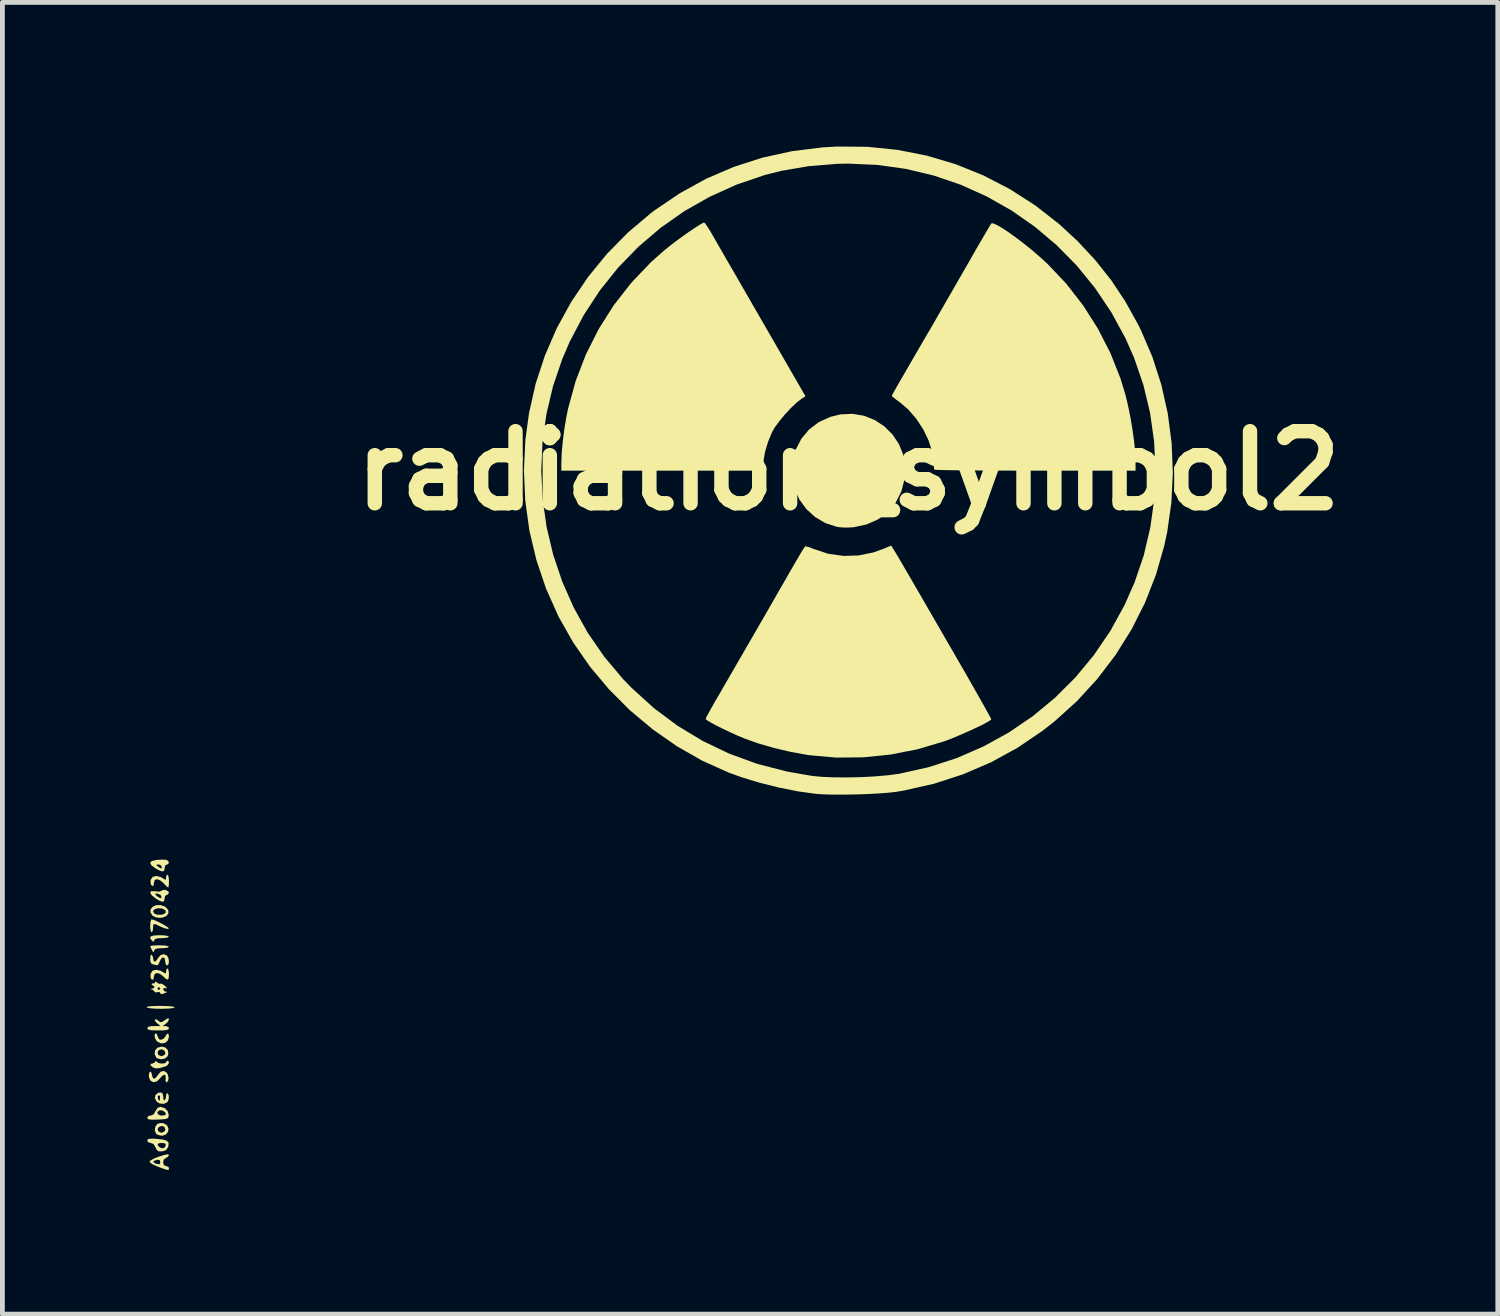
<source format=kicad_pcb>
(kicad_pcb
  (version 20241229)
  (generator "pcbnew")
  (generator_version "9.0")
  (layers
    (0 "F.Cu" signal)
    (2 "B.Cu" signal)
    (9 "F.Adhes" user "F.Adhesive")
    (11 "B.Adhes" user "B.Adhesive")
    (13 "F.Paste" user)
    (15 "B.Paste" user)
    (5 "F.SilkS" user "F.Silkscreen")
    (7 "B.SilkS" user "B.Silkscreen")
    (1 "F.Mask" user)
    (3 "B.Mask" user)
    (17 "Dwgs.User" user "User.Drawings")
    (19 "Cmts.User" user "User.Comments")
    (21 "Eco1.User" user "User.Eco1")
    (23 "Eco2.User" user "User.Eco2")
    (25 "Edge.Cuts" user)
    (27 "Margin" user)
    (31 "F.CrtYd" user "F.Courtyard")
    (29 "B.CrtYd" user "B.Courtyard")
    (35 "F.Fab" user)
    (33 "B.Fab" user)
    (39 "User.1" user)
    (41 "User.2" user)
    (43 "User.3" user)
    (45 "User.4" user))
  (footprint "radiation_symbol2"
    (layer "F.Cu")
    (at 14.607 6.745)
    (property "Reference" "radiation_symbol2" (at 0 0 0) (layer "F.SilkS") (effects (font (size 1.5 1.5) (thickness 0.3))))
    (attr board_only exclude_from_pos_files exclude_from_bom)
    (fp_poly (pts (xy -14.234 9.672) (xy -14.164 9.683) (xy -14.141 9.698) (xy -14.168 9.715) (xy -14.237 9.726) (xy -14.289 9.728) (xy -14.386 9.733) (xy -14.435 9.753) (xy -14.447 9.774) (xy -14.462 9.805) (xy -14.494 9.783) (xy -14.533 9.73) (xy -14.522 9.694) (xy -14.457 9.674) (xy -14.337 9.668) (xy -14.336 9.668)) (stroke (width 0) (type solid)) (fill yes) (layer "F.SilkS"))
    (fp_poly (pts (xy -14.183 11.142) (xy -14.082 11.15) (xy -14.028 11.162) (xy -14.021 11.169) (xy -14.049 11.183) (xy -14.129 11.193) (xy -14.249 11.198) (xy -14.304 11.199) (xy -14.43 11.196) (xy -14.531 11.188) (xy -14.594 11.176) (xy -14.607 11.169) (xy -14.588 11.154) (xy -14.512 11.144) (xy -14.384 11.139) (xy -14.323 11.139)) (stroke (width 0) (type solid)) (fill yes) (layer "F.SilkS"))
    (fp_poly (pts (xy -14.234 9.882) (xy -14.164 9.893) (xy -14.141 9.908) (xy -14.168 9.925) (xy -14.237 9.936) (xy -14.289 9.938) (xy -14.383 9.943) (xy -14.431 9.96) (xy -14.448 9.99) (xy -14.46 10.022) (xy -14.48 10.004) (xy -14.495 9.977) (xy -14.523 9.921) (xy -14.531 9.895) (xy -14.504 9.886) (xy -14.432 9.88) (xy -14.336 9.878)) (stroke (width 0) (type solid)) (fill yes) (layer "F.SilkS"))
    (fp_poly (pts (xy -14.388 11.735) (xy -14.376 11.777) (xy -14.346 11.833) (xy -14.306 11.844) (xy -14.248 11.819) (xy -14.217 11.777) (xy -14.181 11.72) (xy -14.153 11.718) (xy -14.141 11.772) (xy -14.141 11.778) (xy -14.165 11.861) (xy -14.225 11.91) (xy -14.304 11.919) (xy -14.383 11.883) (xy -14.394 11.872) (xy -14.428 11.818) (xy -14.441 11.759) (xy -14.43 11.717) (xy -14.413 11.709)) (stroke (width 0) (type solid)) (fill yes) (layer "F.SilkS"))
    (fp_poly (pts (xy -14.142 12.298) (xy -14.147 12.338) (xy -14.18 12.38) (xy -14.209 12.396) (xy -14.336 12.434) (xy -14.424 12.439) (xy -14.479 12.417) (xy -14.526 12.371) (xy -14.519 12.345) (xy -14.489 12.34) (xy -14.439 12.317) (xy -14.429 12.302) (xy -14.409 12.28) (xy -14.394 12.302) (xy -14.358 12.327) (xy -14.297 12.339) (xy -14.237 12.335) (xy -14.203 12.316) (xy -14.201 12.31) (xy -14.178 12.281) (xy -14.171 12.28)) (stroke (width 0) (type solid)) (fill yes) (layer "F.SilkS"))
    (fp_poly (pts (xy -14.455 9.35) (xy -14.38 9.383) (xy -14.294 9.426) (xy -14.214 9.47) (xy -14.158 9.508) (xy -14.141 9.526) (xy -14.165 9.538) (xy -14.23 9.523) (xy -14.323 9.486) (xy -14.357 9.469) (xy -14.428 9.436) (xy -14.461 9.438) (xy -14.471 9.481) (xy -14.471 9.517) (xy -14.48 9.581) (xy -14.501 9.608) (xy -14.501 9.608) (xy -14.519 9.581) (xy -14.53 9.513) (xy -14.531 9.472) (xy -14.526 9.392) (xy -14.511 9.344) (xy -14.502 9.337)) (stroke (width 0) (type solid)) (fill yes) (layer "F.SilkS"))
    (fp_poly (pts (xy -14.253 13.581) (xy -14.182 13.622) (xy -14.151 13.687) (xy -14.159 13.757) (xy -14.203 13.814) (xy -14.279 13.841) (xy -14.289 13.841) (xy -14.364 13.826) (xy -14.41 13.798) (xy -14.436 13.725) (xy -14.432 13.701) (xy -14.377 13.701) (xy -14.363 13.747) (xy -14.315 13.775) (xy -14.284 13.775) (xy -14.227 13.746) (xy -14.216 13.706) (xy -14.239 13.653) (xy -14.293 13.638) (xy -14.348 13.658) (xy -14.377 13.701) (xy -14.432 13.701) (xy -14.422 13.646) (xy -14.378 13.592) (xy -14.314 13.576)) (stroke (width 0) (type solid)) (fill yes) (layer "F.SilkS"))
    (fp_poly (pts (xy -14.152 10.385) (xy -14.142 10.451) (xy -14.141 10.478) (xy -14.147 10.564) (xy -14.17 10.593) (xy -14.215 10.568) (xy -14.262 10.522) (xy -14.334 10.468) (xy -14.399 10.455) (xy -14.443 10.482) (xy -14.454 10.531) (xy -14.464 10.587) (xy -14.493 10.594) (xy -14.517 10.567) (xy -14.526 10.515) (xy -14.519 10.462) (xy -14.479 10.405) (xy -14.406 10.387) (xy -14.317 10.407) (xy -14.268 10.435) (xy -14.22 10.464) (xy -14.203 10.454) (xy -14.201 10.42) (xy -14.189 10.37) (xy -14.171 10.358)) (stroke (width 0) (type solid)) (fill yes) (layer "F.SilkS"))
    (fp_poly (pts (xy -14.213 12.006) (xy -14.164 12.061) (xy -14.153 12.137) (xy -14.171 12.188) (xy -14.225 12.235) (xy -14.305 12.25) (xy -14.381 12.231) (xy -14.405 12.214) (xy -14.439 12.144) (xy -14.436 12.116) (xy -14.379 12.116) (xy -14.355 12.164) (xy -14.3 12.185) (xy -14.284 12.184) (xy -14.227 12.154) (xy -14.216 12.115) (xy -14.24 12.063) (xy -14.294 12.041) (xy -14.351 12.058) (xy -14.358 12.065) (xy -14.379 12.116) (xy -14.436 12.116) (xy -14.43 12.067) (xy -14.381 12.009) (xy -14.379 12.008) (xy -14.289 11.985)) (stroke (width 0) (type solid)) (fill yes) (layer "F.SilkS"))
    (fp_poly (pts (xy -14.189 12.526) (xy -14.167 12.563) (xy -14.149 12.637) (xy -14.158 12.7) (xy -14.191 12.73) (xy -14.196 12.73) (xy -14.212 12.705) (xy -14.209 12.658) (xy -14.209 12.59) (xy -14.238 12.57) (xy -14.287 12.599) (xy -14.321 12.64) (xy -14.394 12.711) (xy -14.467 12.727) (xy -14.525 12.694) (xy -14.554 12.638) (xy -14.56 12.567) (xy -14.542 12.514) (xy -14.533 12.506) (xy -14.51 12.518) (xy -14.496 12.57) (xy -14.476 12.641) (xy -14.441 12.655) (xy -14.395 12.611) (xy -14.375 12.58) (xy -14.314 12.51) (xy -14.248 12.492)) (stroke (width 0) (type solid)) (fill yes) (layer "F.SilkS"))
    (fp_poly (pts (xy -14.153 8.433) (xy -14.143 8.501) (xy -14.141 8.542) (xy -14.144 8.622) (xy -14.152 8.671) (xy -14.156 8.677) (xy -14.183 8.657) (xy -14.234 8.606) (xy -14.252 8.585) (xy -14.326 8.524) (xy -14.392 8.502) (xy -14.439 8.522) (xy -14.454 8.579) (xy -14.461 8.632) (xy -14.475 8.647) (xy -14.513 8.622) (xy -14.526 8.558) (xy -14.519 8.51) (xy -14.479 8.454) (xy -14.406 8.435) (xy -14.317 8.455) (xy -14.268 8.483) (xy -14.22 8.513) (xy -14.203 8.502) (xy -14.201 8.468) (xy -14.189 8.419) (xy -14.171 8.407)) (stroke (width 0) (type solid)) (fill yes) (layer "F.SilkS"))
    (fp_poly (pts (xy -14.23 9.07) (xy -14.208 9.084) (xy -14.154 9.146) (xy -14.152 9.211) (xy -14.194 9.267) (xy -14.276 9.301) (xy -14.336 9.307) (xy -14.42 9.294) (xy -14.483 9.261) (xy -14.484 9.26) (xy -14.527 9.19) (xy -14.526 9.172) (xy -14.471 9.172) (xy -14.446 9.217) (xy -14.381 9.242) (xy -14.297 9.242) (xy -14.249 9.229) (xy -14.205 9.193) (xy -14.214 9.151) (xy -14.269 9.117) (xy -14.279 9.114) (xy -14.368 9.106) (xy -14.438 9.125) (xy -14.471 9.165) (xy -14.471 9.172) (xy -14.526 9.172) (xy -14.521 9.125) (xy -14.477 9.074) (xy -14.407 9.043) (xy -14.321 9.039)) (stroke (width 0) (type solid)) (fill yes) (layer "F.SilkS"))
    (fp_poly (pts (xy -14.214 8.098) (xy -14.194 8.101) (xy -14.151 8.129) (xy -14.144 8.169) (xy -14.173 8.195) (xy -14.186 8.196) (xy -14.222 8.223) (xy -14.231 8.272) (xy -14.241 8.326) (xy -14.277 8.341) (xy -14.346 8.318) (xy -14.419 8.278) (xy -14.504 8.215) (xy -14.513 8.199) (xy -14.403 8.199) (xy -14.396 8.216) (xy -14.365 8.241) (xy -14.313 8.277) (xy -14.294 8.278) (xy -14.291 8.243) (xy -14.291 8.241) (xy -14.317 8.205) (xy -14.357 8.196) (xy -14.403 8.199) (xy -14.513 8.199) (xy -14.532 8.163) (xy -14.501 8.125) (xy -14.412 8.103) (xy -14.389 8.1) (xy -14.292 8.095)) (stroke (width 0) (type solid)) (fill yes) (layer "F.SilkS"))
    (fp_poly (pts (xy -14.145 11.4) (xy -14.141 11.42) (xy -14.164 11.47) (xy -14.208 11.512) (xy -14.275 11.559) (xy -14.208 11.559) (xy -14.154 11.576) (xy -14.141 11.604) (xy -14.153 11.628) (xy -14.196 11.642) (xy -14.28 11.648) (xy -14.366 11.649) (xy -14.485 11.647) (xy -14.555 11.638) (xy -14.586 11.621) (xy -14.591 11.604) (xy -14.574 11.575) (xy -14.515 11.561) (xy -14.453 11.559) (xy -14.315 11.559) (xy -14.386 11.502) (xy -14.428 11.455) (xy -14.434 11.422) (xy -14.433 11.421) (xy -14.397 11.421) (xy -14.361 11.447) (xy -14.323 11.477) (xy -14.285 11.473) (xy -14.226 11.435) (xy -14.169 11.399)) (stroke (width 0) (type solid)) (fill yes) (layer "F.SilkS"))
    (fp_poly (pts (xy -14.396 13.906) (xy -14.263 13.921) (xy -14.183 13.947) (xy -14.148 13.989) (xy -14.152 14.053) (xy -14.158 14.073) (xy -14.196 14.136) (xy -14.264 14.163) (xy -14.286 14.166) (xy -14.358 14.165) (xy -14.398 14.132) (xy -14.42 14.083) (xy -14.452 14.029) (xy -14.378 14.029) (xy -14.344 14.076) (xy -14.285 14.104) (xy -14.231 14.087) (xy -14.207 14.043) (xy -14.213 14.006) (xy -14.262 13.992) (xy -14.289 13.991) (xy -14.361 14) (xy -14.378 14.029) (xy -14.452 14.029) (xy -14.463 14.012) (xy -14.523 13.991) (xy -14.579 13.973) (xy -14.591 13.942) (xy -14.583 13.917) (xy -14.548 13.904) (xy -14.474 13.902)) (stroke (width 0) (type solid)) (fill yes) (layer "F.SilkS"))
    (fp_poly (pts (xy -14.185 10.089) (xy -14.154 10.138) (xy -14.142 10.205) (xy -14.148 10.266) (xy -14.174 10.297) (xy -14.18 10.298) (xy -14.209 10.272) (xy -14.217 10.218) (xy -14.231 10.147) (xy -14.265 10.127) (xy -14.306 10.16) (xy -14.329 10.205) (xy -14.357 10.267) (xy -14.379 10.294) (xy -14.38 10.294) (xy -14.419 10.286) (xy -14.464 10.277) (xy -14.511 10.256) (xy -14.53 10.204) (xy -14.531 10.159) (xy -14.524 10.092) (xy -14.505 10.071) (xy -14.501 10.073) (xy -14.476 10.115) (xy -14.471 10.148) (xy -14.458 10.209) (xy -14.425 10.217) (xy -14.384 10.172) (xy -14.376 10.156) (xy -14.319 10.084) (xy -14.249 10.062)) (stroke (width 0) (type solid)) (fill yes) (layer "F.SilkS"))
    (fp_poly (pts (xy -14.275 12.957) (xy -14.261 13.017) (xy -14.261 13.032) (xy -14.253 13.092) (xy -14.232 13.106) (xy -14.231 13.105) (xy -14.208 13.064) (xy -14.201 13.012) (xy -14.191 12.962) (xy -14.171 12.955) (xy -14.145 13.001) (xy -14.145 13.071) (xy -14.168 13.134) (xy -14.177 13.144) (xy -14.247 13.177) (xy -14.332 13.17) (xy -14.394 13.133) (xy -14.434 13.062) (xy -14.429 13.033) (xy -14.375 13.033) (xy -14.365 13.082) (xy -14.346 13.119) (xy -14.334 13.101) (xy -14.329 13.08) (xy -14.326 13.026) (xy -14.334 13.008) (xy -14.362 13.001) (xy -14.375 13.033) (xy -14.429 13.033) (xy -14.423 12.994) (xy -14.368 12.949) (xy -14.315 12.94)) (stroke (width 0) (type solid)) (fill yes) (layer "F.SilkS"))
    (fp_poly (pts (xy -14.195 8.732) (xy -14.15 8.762) (xy -14.141 8.785) (xy -14.165 8.822) (xy -14.186 8.827) (xy -14.222 8.853) (xy -14.231 8.902) (xy -14.243 8.959) (xy -14.281 8.972) (xy -14.352 8.943) (xy -14.419 8.901) (xy -14.501 8.835) (xy -14.515 8.811) (xy -14.428 8.811) (xy -14.394 8.851) (xy -14.382 8.861) (xy -14.324 8.898) (xy -14.296 8.887) (xy -14.296 8.886) (xy -14.307 8.841) (xy -14.325 8.824) (xy -14.39 8.8) (xy -14.411 8.798) (xy -14.428 8.811) (xy -14.515 8.811) (xy -14.532 8.784) (xy -14.514 8.754) (xy -14.447 8.751) (xy -14.423 8.754) (xy -14.338 8.761) (xy -14.294 8.742) (xy -14.253 8.722)) (stroke (width 0) (type solid)) (fill yes) (layer "F.SilkS"))
    (fp_poly (pts (xy -14.229 13.266) (xy -14.167 13.33) (xy -14.145 13.413) (xy -14.146 13.426) (xy -14.156 13.462) (xy -14.181 13.484) (xy -14.236 13.496) (xy -14.333 13.503) (xy -14.374 13.504) (xy -14.489 13.507) (xy -14.555 13.502) (xy -14.586 13.487) (xy -14.591 13.467) (xy -14.566 13.429) (xy -14.523 13.421) (xy -14.461 13.398) (xy -14.43 13.347) (xy -14.381 13.347) (xy -14.376 13.387) (xy -14.33 13.416) (xy -14.291 13.421) (xy -14.228 13.413) (xy -14.201 13.395) (xy -14.201 13.394) (xy -14.226 13.347) (xy -14.281 13.314) (xy -14.336 13.311) (xy -14.381 13.347) (xy -14.43 13.347) (xy -14.421 13.33) (xy -14.379 13.262) (xy -14.318 13.24) (xy -14.314 13.24)) (stroke (width 0) (type solid)) (fill yes) (layer "F.SilkS"))
    (fp_poly (pts (xy 0.328 -1.142) (xy 0.551 -1.052) (xy 0.749 -0.921) (xy 0.917 -0.753) (xy 1.05 -0.555) (xy 1.14 -0.333) (xy 1.182 -0.092) (xy 1.171 0.162) (xy 1.17 0.169) (xy 1.1 0.435) (xy 0.982 0.666) (xy 0.821 0.86) (xy 0.619 1.012) (xy 0.382 1.118) (xy 0.112 1.177) (xy 0.075 1.18) (xy -0.051 1.185) (xy -0.177 1.178) (xy -0.239 1.169) (xy -0.48 1.091) (xy -0.694 0.965) (xy -0.876 0.799) (xy -1.021 0.6) (xy -1.123 0.376) (xy -1.177 0.135) (xy -1.178 -0.115) (xy -1.171 -0.167) (xy -1.1 -0.431) (xy -0.981 -0.663) (xy -0.818 -0.858) (xy -0.614 -1.012) (xy -0.375 -1.12) (xy -0.167 -1.171) (xy 0.087 -1.183)) (stroke (width 0) (type solid)) (fill yes) (layer "F.SilkS"))
    (fp_poly (pts (xy -14.143 14.236) (xy -14.141 14.245) (xy -14.166 14.283) (xy -14.201 14.3) (xy -14.251 14.339) (xy -14.261 14.394) (xy -14.248 14.454) (xy -14.203 14.471) (xy -14.201 14.471) (xy -14.152 14.49) (xy -14.141 14.516) (xy -14.143 14.543) (xy -14.157 14.554) (xy -14.194 14.548) (xy -14.266 14.524) (xy -14.366 14.487) (xy -14.459 14.446) (xy -14.524 14.407) (xy -14.536 14.393) (xy -14.466 14.393) (xy -14.42 14.42) (xy -14.344 14.438) (xy -14.325 14.416) (xy -14.321 14.385) (xy -14.335 14.346) (xy -14.385 14.342) (xy -14.396 14.344) (xy -14.459 14.366) (xy -14.466 14.393) (xy -14.536 14.393) (xy -14.546 14.38) (xy -14.52 14.353) (xy -14.451 14.315) (xy -14.353 14.277) (xy -14.344 14.273) (xy -14.233 14.239) (xy -14.169 14.227)) (stroke (width 0) (type solid)) (fill yes) (layer "F.SilkS"))
    (fp_poly (pts (xy -14.387 10.655) (xy -14.346 10.68) (xy -14.325 10.676) (xy -14.283 10.68) (xy -14.227 10.719) (xy -14.224 10.721) (xy -14.185 10.764) (xy -14.19 10.774) (xy -14.209 10.769) (xy -14.253 10.77) (xy -14.261 10.794) (xy -14.237 10.833) (xy -14.209 10.841) (xy -14.177 10.846) (xy -14.198 10.861) (xy -14.216 10.869) (xy -14.286 10.893) (xy -14.317 10.887) (xy -14.321 10.867) (xy -14.345 10.848) (xy -14.381 10.854) (xy -14.429 10.857) (xy -14.441 10.843) (xy -14.466 10.811) (xy -14.494 10.799) (xy -14.531 10.788) (xy -14.51 10.783) (xy -14.494 10.782) (xy -14.486 10.778) (xy -14.381 10.778) (xy -14.358 10.808) (xy -14.351 10.809) (xy -14.322 10.786) (xy -14.321 10.778) (xy -14.344 10.749) (xy -14.351 10.748) (xy -14.38 10.771) (xy -14.381 10.778) (xy -14.486 10.778) (xy -14.453 10.765) (xy -14.441 10.736) (xy -14.467 10.719) (xy -14.471 10.718) (xy -14.5 10.695) (xy -14.501 10.687) (xy -14.483 10.668) (xy -14.474 10.672) (xy -14.44 10.666) (xy -14.431 10.651) (xy -14.411 10.63)) (stroke (width 0) (type solid)) (fill yes) (layer "F.SilkS"))
    (fp_poly (pts (xy -2.978 -5.14) (xy -2.933 -5.075) (xy -2.874 -4.981) (xy -2.845 -4.931) (xy -2.786 -4.828) (xy -2.704 -4.686) (xy -2.609 -4.52) (xy -2.507 -4.343) (xy -2.426 -4.203) (xy -2.345 -4.064) (xy -2.24 -3.881) (xy -2.115 -3.665) (xy -1.977 -3.425) (xy -1.83 -3.17) (xy -1.679 -2.909) (xy -1.531 -2.652) (xy -1.517 -2.628) (xy -0.894 -1.548) (xy -0.965 -1.504) (xy -1.068 -1.426) (xy -1.189 -1.312) (xy -1.316 -1.177) (xy -1.434 -1.036) (xy -1.531 -0.904) (xy -1.585 -0.811) (xy -1.672 -0.603) (xy -1.735 -0.393) (xy -1.768 -0.202) (xy -1.771 -0.129) (xy -1.771 0) (xy -3.873 0) (xy -5.975 0) (xy -5.975 -0.162) (xy -5.967 -0.372) (xy -5.944 -0.619) (xy -5.91 -0.883) (xy -5.866 -1.141) (xy -5.835 -1.29) (xy -5.677 -1.865) (xy -5.464 -2.419) (xy -5.198 -2.947) (xy -4.882 -3.445) (xy -4.518 -3.911) (xy -4.109 -4.34) (xy -3.828 -4.589) (xy -3.716 -4.679) (xy -3.588 -4.777) (xy -3.452 -4.876) (xy -3.318 -4.971) (xy -3.196 -5.053) (xy -3.096 -5.117) (xy -3.027 -5.156) (xy -3.002 -5.164)) (stroke (width 0) (type solid)) (fill yes) (layer "F.SilkS"))
    (fp_poly (pts (xy 3.091 -5.112) (xy 3.2 -5.049) (xy 3.333 -4.961) (xy 3.484 -4.853) (xy 3.645 -4.73) (xy 3.81 -4.598) (xy 3.971 -4.46) (xy 4.122 -4.323) (xy 4.138 -4.308) (xy 4.528 -3.897) (xy 4.88 -3.445) (xy 5.189 -2.96) (xy 5.451 -2.45) (xy 5.66 -1.922) (xy 5.767 -1.571) (xy 5.819 -1.353) (xy 5.868 -1.111) (xy 5.91 -0.861) (xy 5.944 -0.618) (xy 5.966 -0.4) (xy 5.975 -0.223) (xy 5.975 -0.218) (xy 5.975 0) (xy 3.893 0) (xy 3.545 -0.000282) (xy 3.214 -0.001) (xy 2.906 -0.002) (xy 2.626 -0.004) (xy 2.378 -0.006) (xy 2.167 -0.009) (xy 1.998 -0.012) (xy 1.877 -0.015) (xy 1.807 -0.018) (xy 1.791 -0.02) (xy 1.779 -0.06) (xy 1.772 -0.136) (xy 1.771 -0.163) (xy 1.745 -0.385) (xy 1.671 -0.621) (xy 1.558 -0.857) (xy 1.413 -1.079) (xy 1.242 -1.276) (xy 1.082 -1.412) (xy 0.995 -1.477) (xy 0.931 -1.528) (xy 0.901 -1.555) (xy 0.901 -1.556) (xy 0.915 -1.585) (xy 0.958 -1.662) (xy 1.026 -1.782) (xy 1.117 -1.94) (xy 1.229 -2.133) (xy 1.358 -2.357) (xy 1.503 -2.606) (xy 1.661 -2.877) (xy 1.682 -2.912) (xy 1.746 -3.022) (xy 1.834 -3.176) (xy 1.942 -3.363) (xy 2.064 -3.575) (xy 2.195 -3.802) (xy 2.33 -4.037) (xy 2.417 -4.188) (xy 2.541 -4.404) (xy 2.655 -4.604) (xy 2.758 -4.781) (xy 2.845 -4.93) (xy 2.912 -5.044) (xy 2.956 -5.118) (xy 2.973 -5.145) (xy 3.013 -5.146)) (stroke (width 0) (type solid)) (fill yes) (layer "F.SilkS"))
    (fp_poly (pts (xy 0.901 1.577) (xy 0.933 1.628) (xy 0.986 1.715) (xy 1.062 1.842) (xy 1.161 2.012) (xy 1.286 2.227) (xy 1.438 2.49) (xy 1.518 2.627) (xy 1.634 2.828) (xy 1.768 3.06) (xy 1.908 3.302) (xy 2.041 3.533) (xy 2.125 3.678) (xy 2.292 3.967) (xy 2.447 4.235) (xy 2.585 4.478) (xy 2.707 4.692) (xy 2.808 4.871) (xy 2.887 5.013) (xy 2.942 5.113) (xy 2.969 5.167) (xy 2.972 5.176) (xy 2.946 5.2) (xy 2.874 5.242) (xy 2.767 5.298) (xy 2.633 5.362) (xy 2.483 5.431) (xy 2.327 5.499) (xy 2.175 5.563) (xy 2.037 5.617) (xy 1.98 5.637) (xy 1.437 5.798) (xy 0.877 5.908) (xy 0.309 5.966) (xy -0.256 5.971) (xy -0.808 5.922) (xy -0.863 5.914) (xy -1.205 5.852) (xy -1.549 5.771) (xy -1.875 5.677) (xy -2.162 5.575) (xy -2.165 5.573) (xy -2.312 5.512) (xy -2.464 5.443) (xy -2.613 5.372) (xy -2.748 5.305) (xy -2.859 5.245) (xy -2.937 5.199) (xy -2.972 5.17) (xy -2.972 5.168) (xy -2.958 5.133) (xy -2.919 5.058) (xy -2.86 4.952) (xy -2.788 4.825) (xy -2.774 4.8) (xy -2.724 4.715) (xy -2.672 4.626) (xy -2.616 4.528) (xy -2.552 4.417) (xy -2.477 4.288) (xy -2.388 4.135) (xy -2.284 3.954) (xy -2.16 3.74) (xy -2.014 3.487) (xy -1.843 3.192) (xy -1.682 2.912) (xy -1.59 2.752) (xy -1.479 2.558) (xy -1.36 2.352) (xy -1.246 2.153) (xy -1.195 2.064) (xy -1.107 1.912) (xy -1.029 1.779) (xy -0.965 1.672) (xy -0.92 1.602) (xy -0.901 1.576) (xy -0.863 1.58) (xy -0.788 1.603) (xy -0.716 1.632) (xy -0.419 1.73) (xy -0.106 1.774) (xy 0.212 1.764) (xy 0.526 1.7) (xy 0.745 1.62) (xy 0.824 1.586) (xy 0.877 1.565) (xy 0.888 1.561)) (stroke (width 0) (type solid)) (fill yes) (layer "F.SilkS"))
    (fp_poly (pts (xy 0.397 -6.74) (xy 1.023 -6.676) (xy 1.635 -6.555) (xy 2.23 -6.378) (xy 2.806 -6.146) (xy 3.358 -5.86) (xy 3.885 -5.522) (xy 4.384 -5.133) (xy 4.773 -4.773) (xy 5.145 -4.372) (xy 5.472 -3.959) (xy 5.763 -3.52) (xy 6.029 -3.04) (xy 6.085 -2.927) (xy 6.325 -2.369) (xy 6.512 -1.787) (xy 6.646 -1.187) (xy 6.726 -0.575) (xy 6.751 0.042) (xy 6.721 0.66) (xy 6.635 1.271) (xy 6.573 1.561) (xy 6.4 2.164) (xy 6.172 2.747) (xy 5.891 3.305) (xy 5.56 3.834) (xy 5.181 4.332) (xy 4.757 4.795) (xy 4.29 5.217) (xy 4.038 5.415) (xy 3.517 5.768) (xy 2.965 6.07) (xy 2.385 6.319) (xy 1.781 6.515) (xy 1.155 6.657) (xy 1.006 6.682) (xy 0.845 6.701) (xy 0.638 6.717) (xy 0.403 6.73) (xy 0.152 6.738) (xy -0.098 6.742) (xy -0.333 6.742) (xy -0.537 6.736) (xy -0.685 6.725) (xy -1.05 6.674) (xy -1.443 6.596) (xy -1.84 6.497) (xy -2.219 6.382) (xy -2.492 6.284) (xy -3.043 6.036) (xy -3.572 5.734) (xy -4.074 5.383) (xy -4.546 4.988) (xy -4.982 4.552) (xy -5.378 4.08) (xy -5.728 3.576) (xy -6.029 3.045) (xy -6.033 3.038) (xy -6.293 2.455) (xy -6.495 1.857) (xy -6.64 1.245) (xy -6.726 0.623) (xy -6.753 0.008) (xy -6.393 0.008) (xy -6.363 0.597) (xy -6.28 1.181) (xy -6.143 1.755) (xy -5.954 2.314) (xy -5.714 2.856) (xy -5.424 3.376) (xy -5.084 3.869) (xy -4.695 4.332) (xy -4.513 4.52) (xy -4.049 4.941) (xy -3.555 5.31) (xy -3.031 5.626) (xy -2.479 5.89) (xy -1.898 6.102) (xy -1.287 6.26) (xy -0.766 6.351) (xy -0.557 6.372) (xy -0.305 6.382) (xy -0.025 6.384) (xy 0.265 6.378) (xy 0.55 6.363) (xy 0.815 6.34) (xy 1.042 6.31) (xy 1.064 6.306) (xy 1.669 6.171) (xy 2.252 5.982) (xy 2.809 5.74) (xy 3.337 5.449) (xy 3.834 5.111) (xy 4.297 4.728) (xy 4.723 4.303) (xy 5.108 3.838) (xy 5.45 3.336) (xy 5.746 2.798) (xy 5.954 2.327) (xy 6.147 1.76) (xy 6.283 1.178) (xy 6.365 0.585) (xy 6.39 -0.014) (xy 6.361 -0.612) (xy 6.277 -1.204) (xy 6.138 -1.785) (xy 5.944 -2.35) (xy 5.768 -2.75) (xy 5.472 -3.294) (xy 5.132 -3.8) (xy 4.751 -4.268) (xy 4.331 -4.694) (xy 3.877 -5.078) (xy 3.391 -5.416) (xy 2.877 -5.707) (xy 2.338 -5.95) (xy 1.777 -6.141) (xy 1.197 -6.28) (xy 0.602 -6.363) (xy -0.004 -6.39) (xy -0.223 -6.386) (xy -0.828 -6.337) (xy -1.4 -6.239) (xy -1.74 -6.153) (xy -2.328 -5.953) (xy -2.888 -5.7) (xy -3.418 -5.399) (xy -3.914 -5.05) (xy -4.374 -4.657) (xy -4.795 -4.223) (xy -5.175 -3.748) (xy -5.509 -3.237) (xy -5.797 -2.692) (xy -5.954 -2.327) (xy -6.149 -1.755) (xy -6.286 -1.173) (xy -6.367 -0.584) (xy -6.393 0.008) (xy -6.753 0.008) (xy -6.754 -0.008) (xy -6.723 -0.644) (xy -6.647 -1.201) (xy -6.51 -1.808) (xy -6.316 -2.398) (xy -6.069 -2.967) (xy -5.77 -3.511) (xy -5.422 -4.027) (xy -5.028 -4.509) (xy -4.589 -4.956) (xy -4.109 -5.362) (xy -4.038 -5.415) (xy -3.512 -5.772) (xy -2.961 -6.075) (xy -2.386 -6.322) (xy -1.79 -6.514) (xy -1.174 -6.649) (xy -0.538 -6.728) (xy -0.24 -6.745)) (stroke (width 0) (type solid)) (fill yes) (layer "F.SilkS")))
  (gr_rect
    (start -3 -3)
    (end 28.121 24.299)
    (stroke (width 0.1) (type default))
    (fill no)
    (layer "Edge.Cuts")))
</source>
